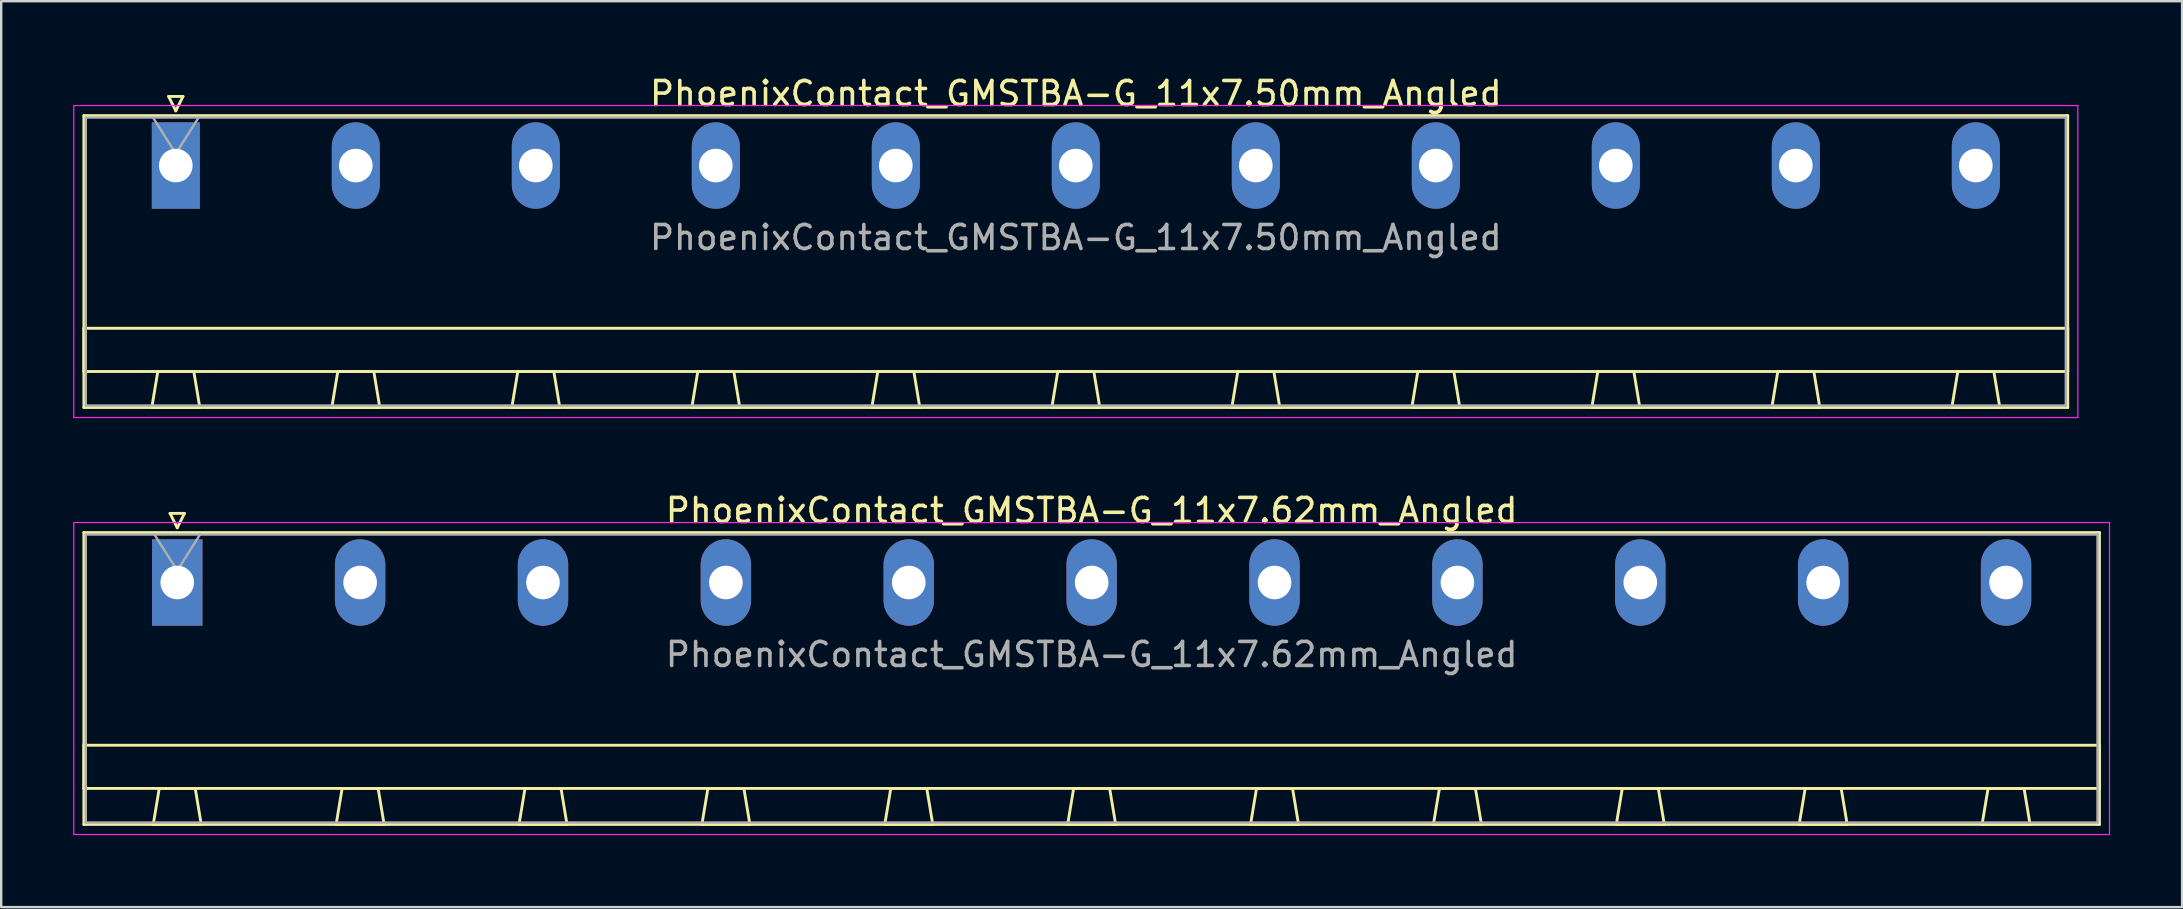
<source format=kicad_pcb>
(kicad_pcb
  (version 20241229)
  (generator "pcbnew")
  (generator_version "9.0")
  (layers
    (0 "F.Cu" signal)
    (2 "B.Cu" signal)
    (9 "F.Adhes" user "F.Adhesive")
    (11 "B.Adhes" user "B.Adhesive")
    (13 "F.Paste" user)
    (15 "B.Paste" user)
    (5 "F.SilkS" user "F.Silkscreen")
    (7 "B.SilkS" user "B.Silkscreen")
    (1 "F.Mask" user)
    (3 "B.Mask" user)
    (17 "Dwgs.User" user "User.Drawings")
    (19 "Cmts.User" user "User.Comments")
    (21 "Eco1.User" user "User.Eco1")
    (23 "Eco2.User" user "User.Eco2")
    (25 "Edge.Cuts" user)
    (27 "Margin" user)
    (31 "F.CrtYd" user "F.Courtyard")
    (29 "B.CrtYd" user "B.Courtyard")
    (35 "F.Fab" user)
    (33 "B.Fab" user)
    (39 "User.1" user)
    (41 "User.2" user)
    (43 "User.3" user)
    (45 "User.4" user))
  (footprint "PhoenixContact_GMSTBA-G_11x7.50mm_Angled"
    (layer "F.Cu")
    (at 4.275 3.848)
    (property "Reference" "PhoenixContact_GMSTBA-G_11x7.50mm_Angled" (at 37.5 -3 0) (layer "F.SilkS") (effects (font (size 1 1) (thickness 0.15))))
    (attr through_hole)
    (fp_line (start -3.83 -2.08) (end -3.83 10.08) (stroke (width 0.12) (type solid)) (layer "F.SilkS"))
    (fp_line (start -3.83 6.78) (end 78.83 6.78) (stroke (width 0.12) (type solid)) (layer "F.SilkS"))
    (fp_line (start -3.83 8.58) (end -3.83 6.78) (stroke (width 0.12) (type solid)) (layer "F.SilkS"))
    (fp_line (start -3.83 10.08) (end 78.83 10.08) (stroke (width 0.12) (type solid)) (layer "F.SilkS"))
    (fp_line (start -1 10.08) (end 1 10.08) (stroke (width 0.12) (type solid)) (layer "F.SilkS"))
    (fp_line (start -0.75 8.58) (end -1 10.08) (stroke (width 0.12) (type solid)) (layer "F.SilkS"))
    (fp_line (start -0.3 -2.88) (end 0.3 -2.88) (stroke (width 0.12) (type solid)) (layer "F.SilkS"))
    (fp_line (start 0 -2.28) (end -0.3 -2.88) (stroke (width 0.12) (type solid)) (layer "F.SilkS"))
    (fp_line (start 0.3 -2.88) (end 0 -2.28) (stroke (width 0.12) (type solid)) (layer "F.SilkS"))
    (fp_line (start 0.75 8.58) (end -0.75 8.58) (stroke (width 0.12) (type solid)) (layer "F.SilkS"))
    (fp_line (start 1 10.08) (end 0.75 8.58) (stroke (width 0.12) (type solid)) (layer "F.SilkS"))
    (fp_line (start 6.5 10.08) (end 8.5 10.08) (stroke (width 0.12) (type solid)) (layer "F.SilkS"))
    (fp_line (start 6.75 8.58) (end 6.5 10.08) (stroke (width 0.12) (type solid)) (layer "F.SilkS"))
    (fp_line (start 8.25 8.58) (end 6.75 8.58) (stroke (width 0.12) (type solid)) (layer "F.SilkS"))
    (fp_line (start 8.5 10.08) (end 8.25 8.58) (stroke (width 0.12) (type solid)) (layer "F.SilkS"))
    (fp_line (start 14 10.08) (end 16 10.08) (stroke (width 0.12) (type solid)) (layer "F.SilkS"))
    (fp_line (start 14.25 8.58) (end 14 10.08) (stroke (width 0.12) (type solid)) (layer "F.SilkS"))
    (fp_line (start 15.75 8.58) (end 14.25 8.58) (stroke (width 0.12) (type solid)) (layer "F.SilkS"))
    (fp_line (start 16 10.08) (end 15.75 8.58) (stroke (width 0.12) (type solid)) (layer "F.SilkS"))
    (fp_line (start 21.5 10.08) (end 23.5 10.08) (stroke (width 0.12) (type solid)) (layer "F.SilkS"))
    (fp_line (start 21.75 8.58) (end 21.5 10.08) (stroke (width 0.12) (type solid)) (layer "F.SilkS"))
    (fp_line (start 23.25 8.58) (end 21.75 8.58) (stroke (width 0.12) (type solid)) (layer "F.SilkS"))
    (fp_line (start 23.5 10.08) (end 23.25 8.58) (stroke (width 0.12) (type solid)) (layer "F.SilkS"))
    (fp_line (start 29 10.08) (end 31 10.08) (stroke (width 0.12) (type solid)) (layer "F.SilkS"))
    (fp_line (start 29.25 8.58) (end 29 10.08) (stroke (width 0.12) (type solid)) (layer "F.SilkS"))
    (fp_line (start 30.75 8.58) (end 29.25 8.58) (stroke (width 0.12) (type solid)) (layer "F.SilkS"))
    (fp_line (start 31 10.08) (end 30.75 8.58) (stroke (width 0.12) (type solid)) (layer "F.SilkS"))
    (fp_line (start 36.5 10.08) (end 38.5 10.08) (stroke (width 0.12) (type solid)) (layer "F.SilkS"))
    (fp_line (start 36.75 8.58) (end 36.5 10.08) (stroke (width 0.12) (type solid)) (layer "F.SilkS"))
    (fp_line (start 38.25 8.58) (end 36.75 8.58) (stroke (width 0.12) (type solid)) (layer "F.SilkS"))
    (fp_line (start 38.5 10.08) (end 38.25 8.58) (stroke (width 0.12) (type solid)) (layer "F.SilkS"))
    (fp_line (start 44 10.08) (end 46 10.08) (stroke (width 0.12) (type solid)) (layer "F.SilkS"))
    (fp_line (start 44.25 8.58) (end 44 10.08) (stroke (width 0.12) (type solid)) (layer "F.SilkS"))
    (fp_line (start 45.75 8.58) (end 44.25 8.58) (stroke (width 0.12) (type solid)) (layer "F.SilkS"))
    (fp_line (start 46 10.08) (end 45.75 8.58) (stroke (width 0.12) (type solid)) (layer "F.SilkS"))
    (fp_line (start 51.5 10.08) (end 53.5 10.08) (stroke (width 0.12) (type solid)) (layer "F.SilkS"))
    (fp_line (start 51.75 8.58) (end 51.5 10.08) (stroke (width 0.12) (type solid)) (layer "F.SilkS"))
    (fp_line (start 53.25 8.58) (end 51.75 8.58) (stroke (width 0.12) (type solid)) (layer "F.SilkS"))
    (fp_line (start 53.5 10.08) (end 53.25 8.58) (stroke (width 0.12) (type solid)) (layer "F.SilkS"))
    (fp_line (start 59 10.08) (end 61 10.08) (stroke (width 0.12) (type solid)) (layer "F.SilkS"))
    (fp_line (start 59.25 8.58) (end 59 10.08) (stroke (width 0.12) (type solid)) (layer "F.SilkS"))
    (fp_line (start 60.75 8.58) (end 59.25 8.58) (stroke (width 0.12) (type solid)) (layer "F.SilkS"))
    (fp_line (start 61 10.08) (end 60.75 8.58) (stroke (width 0.12) (type solid)) (layer "F.SilkS"))
    (fp_line (start 66.5 10.08) (end 68.5 10.08) (stroke (width 0.12) (type solid)) (layer "F.SilkS"))
    (fp_line (start 66.75 8.58) (end 66.5 10.08) (stroke (width 0.12) (type solid)) (layer "F.SilkS"))
    (fp_line (start 68.25 8.58) (end 66.75 8.58) (stroke (width 0.12) (type solid)) (layer "F.SilkS"))
    (fp_line (start 68.5 10.08) (end 68.25 8.58) (stroke (width 0.12) (type solid)) (layer "F.SilkS"))
    (fp_line (start 74 10.08) (end 76 10.08) (stroke (width 0.12) (type solid)) (layer "F.SilkS"))
    (fp_line (start 74.25 8.58) (end 74 10.08) (stroke (width 0.12) (type solid)) (layer "F.SilkS"))
    (fp_line (start 75.75 8.58) (end 74.25 8.58) (stroke (width 0.12) (type solid)) (layer "F.SilkS"))
    (fp_line (start 76 10.08) (end 75.75 8.58) (stroke (width 0.12) (type solid)) (layer "F.SilkS"))
    (fp_line (start 78.83 -2.08) (end -3.83 -2.08) (stroke (width 0.12) (type solid)) (layer "F.SilkS"))
    (fp_line (start 78.83 6.78) (end 78.83 8.58) (stroke (width 0.12) (type solid)) (layer "F.SilkS"))
    (fp_line (start 78.83 8.58) (end -3.83 8.58) (stroke (width 0.12) (type solid)) (layer "F.SilkS"))
    (fp_line (start 78.83 10.08) (end 78.83 -2.08) (stroke (width 0.12) (type solid)) (layer "F.SilkS"))
    (fp_line (start -4.25 -2.5) (end -4.25 10.5) (stroke (width 0.05) (type solid)) (layer "F.CrtYd"))
    (fp_line (start -4.25 10.5) (end 79.25 10.5) (stroke (width 0.05) (type solid)) (layer "F.CrtYd"))
    (fp_line (start 79.25 -2.5) (end -4.25 -2.5) (stroke (width 0.05) (type solid)) (layer "F.CrtYd"))
    (fp_line (start 79.25 10.5) (end 79.25 -2.5) (stroke (width 0.05) (type solid)) (layer "F.CrtYd"))
    (fp_line (start -3.75 -2) (end -3.75 10) (stroke (width 0.1) (type solid)) (layer "F.Fab"))
    (fp_line (start -3.75 10) (end 78.75 10) (stroke (width 0.1) (type solid)) (layer "F.Fab"))
    (fp_line (start 0 -0.5) (end -0.95 -2) (stroke (width 0.1) (type solid)) (layer "F.Fab"))
    (fp_line (start 0.95 -2) (end 0 -0.5) (stroke (width 0.1) (type solid)) (layer "F.Fab"))
    (fp_line (start 78.75 -2) (end -3.75 -2) (stroke (width 0.1) (type solid)) (layer "F.Fab"))
    (fp_line (start 78.75 10) (end 78.75 -2) (stroke (width 0.1) (type solid)) (layer "F.Fab"))
    (fp_text user "${REFERENCE}" (at 37.5 3 0) (layer "F.Fab") (effects (font (size 1 1) (thickness 0.15))))
    (pad "1" thru_hole rect (at 0 0) (size 2 3.6) (drill 1.4) (layers "*.Cu" "*.Mask"))
    (pad "2" thru_hole oval (at 7.5 0) (size 2 3.6) (drill 1.4) (layers "*.Cu" "*.Mask"))
    (pad "3" thru_hole oval (at 15 0) (size 2 3.6) (drill 1.4) (layers "*.Cu" "*.Mask"))
    (pad "4" thru_hole oval (at 22.5 0) (size 2 3.6) (drill 1.4) (layers "*.Cu" "*.Mask"))
    (pad "5" thru_hole oval (at 30 0) (size 2 3.6) (drill 1.4) (layers "*.Cu" "*.Mask"))
    (pad "6" thru_hole oval (at 37.5 0) (size 2 3.6) (drill 1.4) (layers "*.Cu" "*.Mask"))
    (pad "7" thru_hole oval (at 45 0) (size 2 3.6) (drill 1.4) (layers "*.Cu" "*.Mask"))
    (pad "8" thru_hole oval (at 52.5 0) (size 2 3.6) (drill 1.4) (layers "*.Cu" "*.Mask"))
    (pad "9" thru_hole oval (at 60 0) (size 2 3.6) (drill 1.4) (layers "*.Cu" "*.Mask"))
    (pad "10" thru_hole oval (at 67.5 0) (size 2 3.6) (drill 1.4) (layers "*.Cu" "*.Mask"))
    (pad "11" thru_hole oval (at 75 0) (size 2 3.6) (drill 1.4) (layers "*.Cu" "*.Mask")))
  (footprint "PhoenixContact_GMSTBA-G_11x7.62mm_Angled"
    (layer "F.Cu")
    (at 4.335 21.221)
    (property "Reference" "PhoenixContact_GMSTBA-G_11x7.62mm_Angled" (at 38.1 -3 0) (layer "F.SilkS") (effects (font (size 1 1) (thickness 0.15))))
    (attr through_hole)
    (fp_line (start -3.89 -2.08) (end -3.89 10.08) (stroke (width 0.12) (type solid)) (layer "F.SilkS"))
    (fp_line (start -3.89 6.78) (end 80.09 6.78) (stroke (width 0.12) (type solid)) (layer "F.SilkS"))
    (fp_line (start -3.89 8.58) (end -3.89 6.78) (stroke (width 0.12) (type solid)) (layer "F.SilkS"))
    (fp_line (start -3.89 10.08) (end 80.09 10.08) (stroke (width 0.12) (type solid)) (layer "F.SilkS"))
    (fp_line (start -1 10.08) (end 1 10.08) (stroke (width 0.12) (type solid)) (layer "F.SilkS"))
    (fp_line (start -0.75 8.58) (end -1 10.08) (stroke (width 0.12) (type solid)) (layer "F.SilkS"))
    (fp_line (start -0.3 -2.88) (end 0.3 -2.88) (stroke (width 0.12) (type solid)) (layer "F.SilkS"))
    (fp_line (start 0 -2.28) (end -0.3 -2.88) (stroke (width 0.12) (type solid)) (layer "F.SilkS"))
    (fp_line (start 0.3 -2.88) (end 0 -2.28) (stroke (width 0.12) (type solid)) (layer "F.SilkS"))
    (fp_line (start 0.75 8.58) (end -0.75 8.58) (stroke (width 0.12) (type solid)) (layer "F.SilkS"))
    (fp_line (start 1 10.08) (end 0.75 8.58) (stroke (width 0.12) (type solid)) (layer "F.SilkS"))
    (fp_line (start 6.62 10.08) (end 8.62 10.08) (stroke (width 0.12) (type solid)) (layer "F.SilkS"))
    (fp_line (start 6.87 8.58) (end 6.62 10.08) (stroke (width 0.12) (type solid)) (layer "F.SilkS"))
    (fp_line (start 8.37 8.58) (end 6.87 8.58) (stroke (width 0.12) (type solid)) (layer "F.SilkS"))
    (fp_line (start 8.62 10.08) (end 8.37 8.58) (stroke (width 0.12) (type solid)) (layer "F.SilkS"))
    (fp_line (start 14.24 10.08) (end 16.24 10.08) (stroke (width 0.12) (type solid)) (layer "F.SilkS"))
    (fp_line (start 14.49 8.58) (end 14.24 10.08) (stroke (width 0.12) (type solid)) (layer "F.SilkS"))
    (fp_line (start 15.99 8.58) (end 14.49 8.58) (stroke (width 0.12) (type solid)) (layer "F.SilkS"))
    (fp_line (start 16.24 10.08) (end 15.99 8.58) (stroke (width 0.12) (type solid)) (layer "F.SilkS"))
    (fp_line (start 21.86 10.08) (end 23.86 10.08) (stroke (width 0.12) (type solid)) (layer "F.SilkS"))
    (fp_line (start 22.11 8.58) (end 21.86 10.08) (stroke (width 0.12) (type solid)) (layer "F.SilkS"))
    (fp_line (start 23.61 8.58) (end 22.11 8.58) (stroke (width 0.12) (type solid)) (layer "F.SilkS"))
    (fp_line (start 23.86 10.08) (end 23.61 8.58) (stroke (width 0.12) (type solid)) (layer "F.SilkS"))
    (fp_line (start 29.48 10.08) (end 31.48 10.08) (stroke (width 0.12) (type solid)) (layer "F.SilkS"))
    (fp_line (start 29.73 8.58) (end 29.48 10.08) (stroke (width 0.12) (type solid)) (layer "F.SilkS"))
    (fp_line (start 31.23 8.58) (end 29.73 8.58) (stroke (width 0.12) (type solid)) (layer "F.SilkS"))
    (fp_line (start 31.48 10.08) (end 31.23 8.58) (stroke (width 0.12) (type solid)) (layer "F.SilkS"))
    (fp_line (start 37.1 10.08) (end 39.1 10.08) (stroke (width 0.12) (type solid)) (layer "F.SilkS"))
    (fp_line (start 37.35 8.58) (end 37.1 10.08) (stroke (width 0.12) (type solid)) (layer "F.SilkS"))
    (fp_line (start 38.85 8.58) (end 37.35 8.58) (stroke (width 0.12) (type solid)) (layer "F.SilkS"))
    (fp_line (start 39.1 10.08) (end 38.85 8.58) (stroke (width 0.12) (type solid)) (layer "F.SilkS"))
    (fp_line (start 44.72 10.08) (end 46.72 10.08) (stroke (width 0.12) (type solid)) (layer "F.SilkS"))
    (fp_line (start 44.97 8.58) (end 44.72 10.08) (stroke (width 0.12) (type solid)) (layer "F.SilkS"))
    (fp_line (start 46.47 8.58) (end 44.97 8.58) (stroke (width 0.12) (type solid)) (layer "F.SilkS"))
    (fp_line (start 46.72 10.08) (end 46.47 8.58) (stroke (width 0.12) (type solid)) (layer "F.SilkS"))
    (fp_line (start 52.34 10.08) (end 54.34 10.08) (stroke (width 0.12) (type solid)) (layer "F.SilkS"))
    (fp_line (start 52.59 8.58) (end 52.34 10.08) (stroke (width 0.12) (type solid)) (layer "F.SilkS"))
    (fp_line (start 54.09 8.58) (end 52.59 8.58) (stroke (width 0.12) (type solid)) (layer "F.SilkS"))
    (fp_line (start 54.34 10.08) (end 54.09 8.58) (stroke (width 0.12) (type solid)) (layer "F.SilkS"))
    (fp_line (start 59.96 10.08) (end 61.96 10.08) (stroke (width 0.12) (type solid)) (layer "F.SilkS"))
    (fp_line (start 60.21 8.58) (end 59.96 10.08) (stroke (width 0.12) (type solid)) (layer "F.SilkS"))
    (fp_line (start 61.71 8.58) (end 60.21 8.58) (stroke (width 0.12) (type solid)) (layer "F.SilkS"))
    (fp_line (start 61.96 10.08) (end 61.71 8.58) (stroke (width 0.12) (type solid)) (layer "F.SilkS"))
    (fp_line (start 67.58 10.08) (end 69.58 10.08) (stroke (width 0.12) (type solid)) (layer "F.SilkS"))
    (fp_line (start 67.83 8.58) (end 67.58 10.08) (stroke (width 0.12) (type solid)) (layer "F.SilkS"))
    (fp_line (start 69.33 8.58) (end 67.83 8.58) (stroke (width 0.12) (type solid)) (layer "F.SilkS"))
    (fp_line (start 69.58 10.08) (end 69.33 8.58) (stroke (width 0.12) (type solid)) (layer "F.SilkS"))
    (fp_line (start 75.2 10.08) (end 77.2 10.08) (stroke (width 0.12) (type solid)) (layer "F.SilkS"))
    (fp_line (start 75.45 8.58) (end 75.2 10.08) (stroke (width 0.12) (type solid)) (layer "F.SilkS"))
    (fp_line (start 76.95 8.58) (end 75.45 8.58) (stroke (width 0.12) (type solid)) (layer "F.SilkS"))
    (fp_line (start 77.2 10.08) (end 76.95 8.58) (stroke (width 0.12) (type solid)) (layer "F.SilkS"))
    (fp_line (start 80.09 -2.08) (end -3.89 -2.08) (stroke (width 0.12) (type solid)) (layer "F.SilkS"))
    (fp_line (start 80.09 6.78) (end 80.09 8.58) (stroke (width 0.12) (type solid)) (layer "F.SilkS"))
    (fp_line (start 80.09 8.58) (end -3.89 8.58) (stroke (width 0.12) (type solid)) (layer "F.SilkS"))
    (fp_line (start 80.09 10.08) (end 80.09 -2.08) (stroke (width 0.12) (type solid)) (layer "F.SilkS"))
    (fp_line (start -4.31 -2.5) (end -4.31 10.5) (stroke (width 0.05) (type solid)) (layer "F.CrtYd"))
    (fp_line (start -4.31 10.5) (end 80.51 10.5) (stroke (width 0.05) (type solid)) (layer "F.CrtYd"))
    (fp_line (start 80.51 -2.5) (end -4.31 -2.5) (stroke (width 0.05) (type solid)) (layer "F.CrtYd"))
    (fp_line (start 80.51 10.5) (end 80.51 -2.5) (stroke (width 0.05) (type solid)) (layer "F.CrtYd"))
    (fp_line (start -3.81 -2) (end -3.81 10) (stroke (width 0.1) (type solid)) (layer "F.Fab"))
    (fp_line (start -3.81 10) (end 80.01 10) (stroke (width 0.1) (type solid)) (layer "F.Fab"))
    (fp_line (start 0 -0.5) (end -0.95 -2) (stroke (width 0.1) (type solid)) (layer "F.Fab"))
    (fp_line (start 0.95 -2) (end 0 -0.5) (stroke (width 0.1) (type solid)) (layer "F.Fab"))
    (fp_line (start 80.01 -2) (end -3.81 -2) (stroke (width 0.1) (type solid)) (layer "F.Fab"))
    (fp_line (start 80.01 10) (end 80.01 -2) (stroke (width 0.1) (type solid)) (layer "F.Fab"))
    (fp_text user "${REFERENCE}" (at 38.1 3 0) (layer "F.Fab") (effects (font (size 1 1) (thickness 0.15))))
    (pad "1" thru_hole rect (at 0 0) (size 2.1 3.6) (drill 1.4) (layers "*.Cu" "*.Mask"))
    (pad "2" thru_hole oval (at 7.62 0) (size 2.1 3.6) (drill 1.4) (layers "*.Cu" "*.Mask"))
    (pad "3" thru_hole oval (at 15.24 0) (size 2.1 3.6) (drill 1.4) (layers "*.Cu" "*.Mask"))
    (pad "4" thru_hole oval (at 22.86 0) (size 2.1 3.6) (drill 1.4) (layers "*.Cu" "*.Mask"))
    (pad "5" thru_hole oval (at 30.48 0) (size 2.1 3.6) (drill 1.4) (layers "*.Cu" "*.Mask"))
    (pad "6" thru_hole oval (at 38.1 0) (size 2.1 3.6) (drill 1.4) (layers "*.Cu" "*.Mask"))
    (pad "7" thru_hole oval (at 45.72 0) (size 2.1 3.6) (drill 1.4) (layers "*.Cu" "*.Mask"))
    (pad "8" thru_hole oval (at 53.34 0) (size 2.1 3.6) (drill 1.4) (layers "*.Cu" "*.Mask"))
    (pad "9" thru_hole oval (at 60.96 0) (size 2.1 3.6) (drill 1.4) (layers "*.Cu" "*.Mask"))
    (pad "10" thru_hole oval (at 68.58 0) (size 2.1 3.6) (drill 1.4) (layers "*.Cu" "*.Mask"))
    (pad "11" thru_hole oval (at 76.2 0) (size 2.1 3.6) (drill 1.4) (layers "*.Cu" "*.Mask")))
  (gr_rect
    (start -3 -3)
    (end 87.87 34.746)
    (stroke (width 0.1) (type default))
    (fill no)
    (layer "Edge.Cuts")))
</source>
